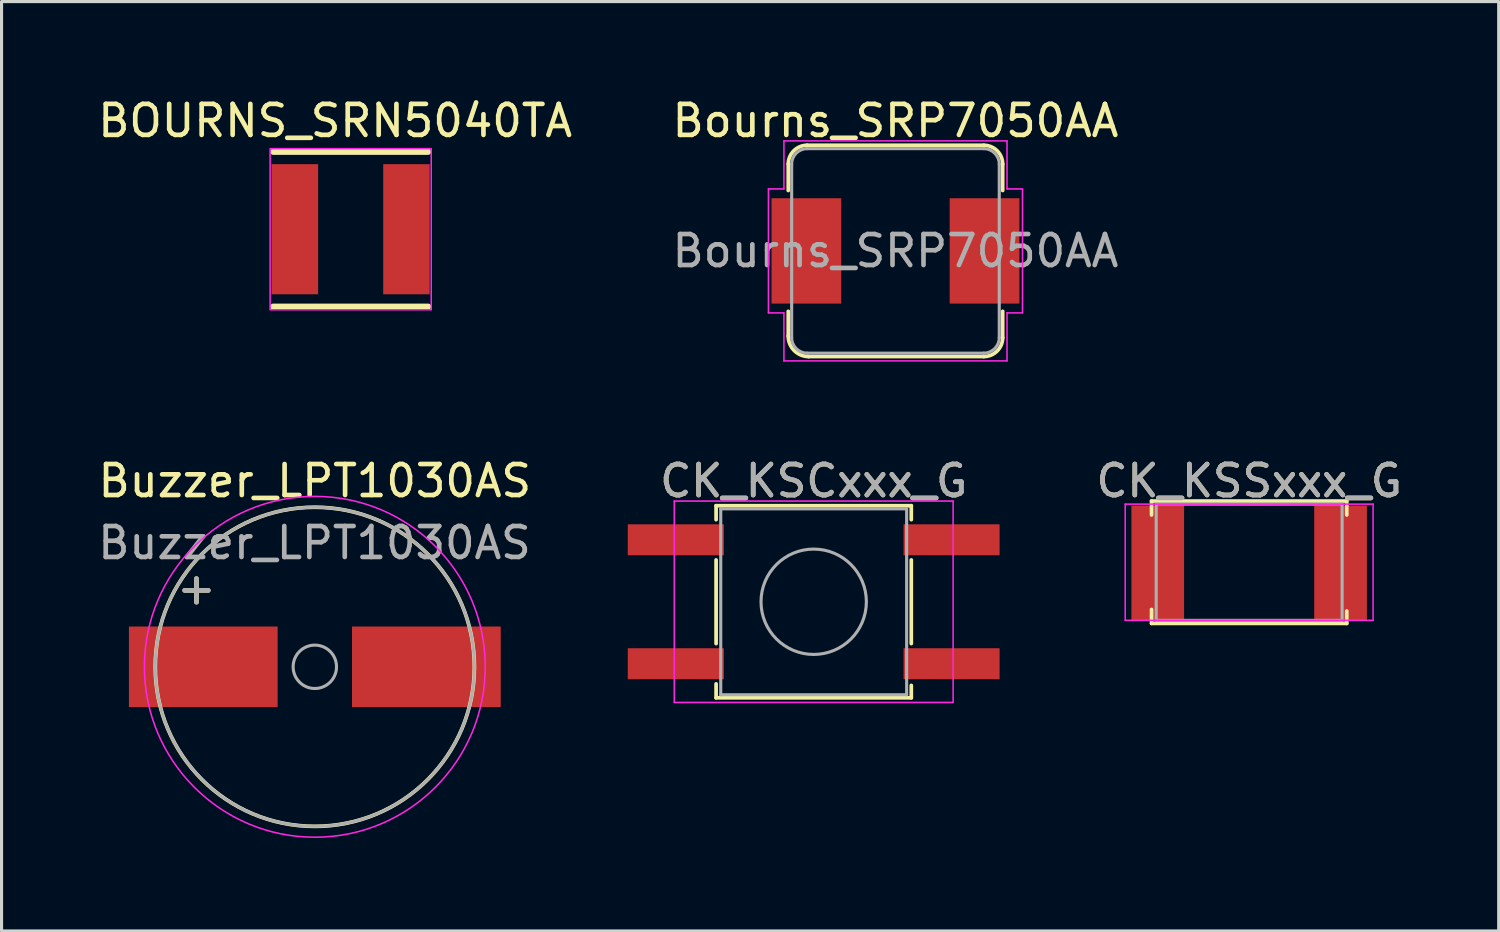
<source format=kicad_pcb>
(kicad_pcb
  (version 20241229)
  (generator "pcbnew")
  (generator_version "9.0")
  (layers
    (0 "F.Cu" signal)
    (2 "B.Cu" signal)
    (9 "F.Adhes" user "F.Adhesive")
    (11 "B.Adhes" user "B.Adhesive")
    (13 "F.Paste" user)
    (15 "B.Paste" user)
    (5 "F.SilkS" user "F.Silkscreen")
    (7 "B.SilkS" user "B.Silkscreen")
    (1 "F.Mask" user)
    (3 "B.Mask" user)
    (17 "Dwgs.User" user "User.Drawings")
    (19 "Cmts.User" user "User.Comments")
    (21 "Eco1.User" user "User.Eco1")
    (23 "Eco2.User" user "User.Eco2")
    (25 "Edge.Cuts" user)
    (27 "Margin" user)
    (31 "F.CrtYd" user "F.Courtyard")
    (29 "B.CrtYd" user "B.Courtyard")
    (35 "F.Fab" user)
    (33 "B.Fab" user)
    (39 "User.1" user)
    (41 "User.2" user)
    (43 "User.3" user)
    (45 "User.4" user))
  (footprint "BOURNS_SRN5040TA"
    (layer "F.Cu")
    (at 8.268 4.348)
    (property "Reference" "BOURNS_SRN5040TA" (at -0.5 -3.5 0) (layer "F.SilkS") (effects (font (size 1 1) (thickness 0.15))))
    (attr through_hole)
    (fp_line (start -2.5 -2.5) (end 2.5 -2.5) (stroke (width 0.2) (type solid)) (layer "F.SilkS"))
    (fp_line (start 2.5 2.5) (end -2.5 2.5) (stroke (width 0.2) (type solid)) (layer "F.SilkS"))
    (fp_rect (start -2.6 -2.6) (end 2.6 2.6) (stroke (width 0.05) (type default)) (fill no) (layer "F.CrtYd"))
    (pad "1" smd rect (at 1.8 0) (size 1.5 4.2) (layers "F.Cu" "F.Mask" "F.Paste"))
    (pad "2" smd rect (at -1.8 0) (size 1.5 4.2) (layers "F.Cu" "F.Mask" "F.Paste")))
  (footprint "Bourns_SRP7050AA"
    (layer "F.Cu")
    (at 25.851 5.048)
    (property "Reference" "Bourns_SRP7050AA" (at 0 -4.2 0) (layer "F.SilkS") (effects (font (size 1 1) (thickness 0.15))))
    (attr smd)
    (fp_line (start -3.46 -1.95) (end -3.46 -2.8) (stroke (width 0.12) (type solid)) (layer "F.SilkS"))
    (fp_line (start -3.46 2.75) (end -3.46 1.95) (stroke (width 0.12) (type solid)) (layer "F.SilkS"))
    (fp_line (start -2.85 -3.41) (end 2.85 -3.41) (stroke (width 0.12) (type solid)) (layer "F.SilkS"))
    (fp_line (start 2.85 3.41) (end -2.8 3.41) (stroke (width 0.12) (type solid)) (layer "F.SilkS"))
    (fp_line (start 3.46 -2.8) (end 3.46 -1.95) (stroke (width 0.12) (type solid)) (layer "F.SilkS"))
    (fp_line (start 3.46 1.95) (end 3.46 2.8) (stroke (width 0.12) (type solid)) (layer "F.SilkS"))
    (fp_arc (start -3.46 -2.8) (mid -3.281335 -3.231335) (end -2.85 -3.41) (stroke (width 0.12) (type solid)) (layer "F.SilkS"))
    (fp_arc (start -2.8 3.41) (mid -3.26669 3.21669) (end -3.46 2.75) (stroke (width 0.12) (type solid)) (layer "F.SilkS"))
    (fp_arc (start 2.85 -3.41) (mid 3.281335 -3.231335) (end 3.46 -2.8) (stroke (width 0.12) (type solid)) (layer "F.SilkS"))
    (fp_arc (start 3.46 2.8) (mid 3.281335 3.231335) (end 2.85 3.41) (stroke (width 0.12) (type solid)) (layer "F.SilkS"))
    (fp_line (start -4.1 -2) (end -3.6 -2) (stroke (width 0.05) (type solid)) (layer "F.CrtYd"))
    (fp_line (start -4.1 2) (end -4.1 -2) (stroke (width 0.05) (type solid)) (layer "F.CrtYd"))
    (fp_line (start -3.6 -3.55) (end 3.6 -3.55) (stroke (width 0.05) (type solid)) (layer "F.CrtYd"))
    (fp_line (start -3.6 -2) (end -3.6 -3.55) (stroke (width 0.05) (type solid)) (layer "F.CrtYd"))
    (fp_line (start -3.6 2) (end -4.1 2) (stroke (width 0.05) (type solid)) (layer "F.CrtYd"))
    (fp_line (start -3.6 3.55) (end -3.6 2) (stroke (width 0.05) (type solid)) (layer "F.CrtYd"))
    (fp_line (start 3.6 -3.55) (end 3.6 -2) (stroke (width 0.05) (type solid)) (layer "F.CrtYd"))
    (fp_line (start 3.6 -2) (end 4.1 -2) (stroke (width 0.05) (type solid)) (layer "F.CrtYd"))
    (fp_line (start 3.6 2) (end 3.6 3.55) (stroke (width 0.05) (type solid)) (layer "F.CrtYd"))
    (fp_line (start 3.6 3.55) (end -3.6 3.55) (stroke (width 0.05) (type solid)) (layer "F.CrtYd"))
    (fp_line (start 4.1 -2) (end 4.1 2) (stroke (width 0.05) (type solid)) (layer "F.CrtYd"))
    (fp_line (start 4.1 2) (end 3.6 2) (stroke (width 0.05) (type solid)) (layer "F.CrtYd"))
    (fp_line (start -3.35 2.8) (end -3.35 -2.8) (stroke (width 0.1) (type solid)) (layer "F.Fab"))
    (fp_line (start -2.85 -3.3) (end 2.85 -3.3) (stroke (width 0.1) (type solid)) (layer "F.Fab"))
    (fp_line (start 2.85 3.3) (end -2.85 3.3) (stroke (width 0.1) (type solid)) (layer "F.Fab"))
    (fp_line (start 3.35 -2.8) (end 3.35 2.8) (stroke (width 0.1) (type solid)) (layer "F.Fab"))
    (fp_arc (start -3.35 -2.8) (mid -3.203553 -3.153553) (end -2.85 -3.3) (stroke (width 0.1) (type solid)) (layer "F.Fab"))
    (fp_arc (start -2.85 3.3) (mid -3.203553 3.153553) (end -3.35 2.8) (stroke (width 0.1) (type solid)) (layer "F.Fab"))
    (fp_arc (start 2.85 -3.3) (mid 3.203553 -3.153553) (end 3.35 -2.8) (stroke (width 0.1) (type solid)) (layer "F.Fab"))
    (fp_arc (start 3.35 2.8) (mid 3.203553 3.153553) (end 2.85 3.3) (stroke (width 0.1) (type solid)) (layer "F.Fab"))
    (fp_text user "${REFERENCE}" (at 0 0 0) (layer "F.Fab") (effects (font (size 1 1) (thickness 0.15))))
    (pad "1" smd rect (at -2.875 0) (size 2.25 3.4) (layers "F.Cu" "F.Mask" "F.Paste"))
    (pad "2" smd rect (at 2.875 0) (size 2.25 3.4) (layers "F.Cu" "F.Mask" "F.Paste")))
  (footprint "CK_KSSxxx_G"
    (layer "F.Cu")
    (at 37.266 16.971)
    (property "Reference" "CK_KSSxxx_G" (at 0 -4.5 0) (layer "F.SilkS") (effects (font (size 1 1) (thickness 0.15))))
    (attr smd)
    (fp_line (start -3.15 -3.85) (end 3.15 -3.85) (stroke (width 0.12) (type solid)) (layer "F.SilkS"))
    (fp_line (start -3.15 -3.4) (end -3.15 -3.85) (stroke (width 0.12) (type solid)) (layer "F.SilkS"))
    (fp_line (start -3.15 -0.35) (end -3.15 0.1) (stroke (width 0.12) (type solid)) (layer "F.SilkS"))
    (fp_line (start -3.15 0.1) (end 3.15 0.1) (stroke (width 0.12) (type solid)) (layer "F.SilkS"))
    (fp_line (start 3.15 -3.85) (end 3.15 -3.4) (stroke (width 0.12) (type solid)) (layer "F.SilkS"))
    (fp_line (start 3.15 0.1) (end 3.15 -0.3) (stroke (width 0.12) (type solid)) (layer "F.SilkS"))
    (fp_line (start -4 -3.75) (end 4 -3.75) (stroke (width 0.05) (type solid)) (layer "F.CrtYd"))
    (fp_line (start -4 0) (end -4 -3.75) (stroke (width 0.05) (type solid)) (layer "F.CrtYd"))
    (fp_line (start 4 -3.75) (end 4 0) (stroke (width 0.05) (type solid)) (layer "F.CrtYd"))
    (fp_line (start 4 0) (end -4 0) (stroke (width 0.05) (type solid)) (layer "F.CrtYd"))
    (fp_line (start -3 -3.75) (end 3 -3.75) (stroke (width 0.1) (type solid)) (layer "F.Fab"))
    (fp_line (start -3 0) (end -3 -3.75) (stroke (width 0.1) (type solid)) (layer "F.Fab"))
    (fp_line (start 3 -3.75) (end 3 0) (stroke (width 0.1) (type solid)) (layer "F.Fab"))
    (fp_line (start 3 0) (end -3 0) (stroke (width 0.1) (type solid)) (layer "F.Fab"))
    (fp_text user "${REFERENCE}" (at 0 -4.5 0) (layer "F.Fab") (effects (font (size 1 1) (thickness 0.15))))
    (pad "1" smd rect (at 2.95 -1.85) (size 1.7 3.7) (layers "F.Cu" "F.Mask" "F.Paste"))
    (pad "2" smd rect (at -2.95 -1.85) (size 1.7 3.7) (layers "F.Cu" "F.Mask" "F.Paste")))
  (footprint "CK_KSCxxx_G"
    (layer "F.Cu")
    (at 23.212 16.372)
    (property "Reference" "CK_KSCxxx_G" (at 0 -3.9 0) (layer "F.SilkS") (effects (font (size 1 1) (thickness 0.15))))
    (attr smd)
    (fp_line (start -3.15 -3.1) (end 3.15 -3.1) (stroke (width 0.12) (type solid)) (layer "F.SilkS"))
    (fp_line (start -3.15 -2.65) (end -3.15 -3.1) (stroke (width 0.12) (type solid)) (layer "F.SilkS"))
    (fp_line (start -3.15 1.35) (end -3.15 -1.35) (stroke (width 0.12) (type solid)) (layer "F.SilkS"))
    (fp_line (start -3.15 2.65) (end -3.15 3.1) (stroke (width 0.12) (type solid)) (layer "F.SilkS"))
    (fp_line (start -3.15 3.1) (end 3.15 3.1) (stroke (width 0.12) (type solid)) (layer "F.SilkS"))
    (fp_line (start 3.15 -3.1) (end 3.15 -2.65) (stroke (width 0.12) (type solid)) (layer "F.SilkS"))
    (fp_line (start 3.15 -1.35) (end 3.15 1.35) (stroke (width 0.12) (type solid)) (layer "F.SilkS"))
    (fp_line (start 3.15 3.1) (end 3.15 2.7) (stroke (width 0.12) (type solid)) (layer "F.SilkS"))
    (fp_line (start -4.5 -3.25) (end 4.5 -3.25) (stroke (width 0.05) (type solid)) (layer "F.CrtYd"))
    (fp_line (start -4.5 3.25) (end -4.5 -3.25) (stroke (width 0.05) (type solid)) (layer "F.CrtYd"))
    (fp_line (start 4.5 -3.25) (end 4.5 3.25) (stroke (width 0.05) (type solid)) (layer "F.CrtYd"))
    (fp_line (start 4.5 3.25) (end -4.5 3.25) (stroke (width 0.05) (type solid)) (layer "F.CrtYd"))
    (fp_line (start -3 -3) (end 3 -3) (stroke (width 0.1) (type solid)) (layer "F.Fab"))
    (fp_line (start -3 3) (end -3 -3) (stroke (width 0.1) (type solid)) (layer "F.Fab"))
    (fp_line (start 3 -3) (end 3 3) (stroke (width 0.1) (type solid)) (layer "F.Fab"))
    (fp_line (start 3 3) (end -3 3) (stroke (width 0.1) (type solid)) (layer "F.Fab"))
    (fp_circle (center 0 0) (end 1.7 0) (stroke (width 0.1) (type solid)) (fill no) (layer "F.Fab"))
    (fp_text user "${REFERENCE}" (at 0 -3.9 0) (layer "F.Fab") (effects (font (size 1 1) (thickness 0.15))))
    (pad "1" smd rect (at -4.45 -2) (size 3.1 1) (layers "F.Cu" "F.Mask" "F.Paste"))
    (pad "1" smd rect (at 4.45 -2) (size 3.1 1) (layers "F.Cu" "F.Mask" "F.Paste"))
    (pad "2" smd rect (at -4.45 2) (size 3.1 1) (layers "F.Cu" "F.Mask" "F.Paste"))
    (pad "2" smd rect (at 4.45 2) (size 3.1 1) (layers "F.Cu" "F.Mask" "F.Paste")))
  (footprint "Buzzer_LPT1030AS"
    (layer "F.Cu")
    (at 7.111 18.471)
    (property "Reference" "Buzzer_LPT1030AS" (at 0 -6 0) (layer "F.SilkS") (effects (font (size 1 1) (thickness 0.15))))
    (attr through_hole)
    (fp_circle (center 0 0) (end 5.15 0) (stroke (width 0.12) (type solid)) (fill no) (layer "F.SilkS"))
    (fp_circle (center 0 0) (end 5.5 0) (stroke (width 0.05) (type solid)) (fill no) (layer "F.CrtYd"))
    (fp_circle (center 0 0) (end 0.7 0) (stroke (width 0.1) (type solid)) (fill no) (layer "F.Fab"))
    (fp_circle (center 0 0) (end 5.15 0) (stroke (width 0.1) (type solid)) (fill no) (layer "F.Fab"))
    (fp_text user "+" (at -3.82 -2.54 0) (layer "F.SilkS") (effects (font (size 1 1) (thickness 0.15))))
    (fp_text user "${REFERENCE}" (at -0.01 -4 0) (layer "F.Fab") (effects (font (size 1 1) (thickness 0.15))))
    (fp_text user "+" (at -3.82 -2.54 0) (layer "F.Fab") (effects (font (size 1 1) (thickness 0.15))))
    (pad "1" smd rect (at -3.6 0) (size 4.8 2.6) (layers "F.Cu" "F.Mask" "F.Paste"))
    (pad "2" smd rect (at 3.6 0) (size 4.8 2.6) (layers "F.Cu" "F.Mask" "F.Paste")))
  (gr_rect
    (start -3 -3)
    (end 45.32 26.997)
    (stroke (width 0.1) (type default))
    (fill no)
    (layer "Edge.Cuts")))
</source>
